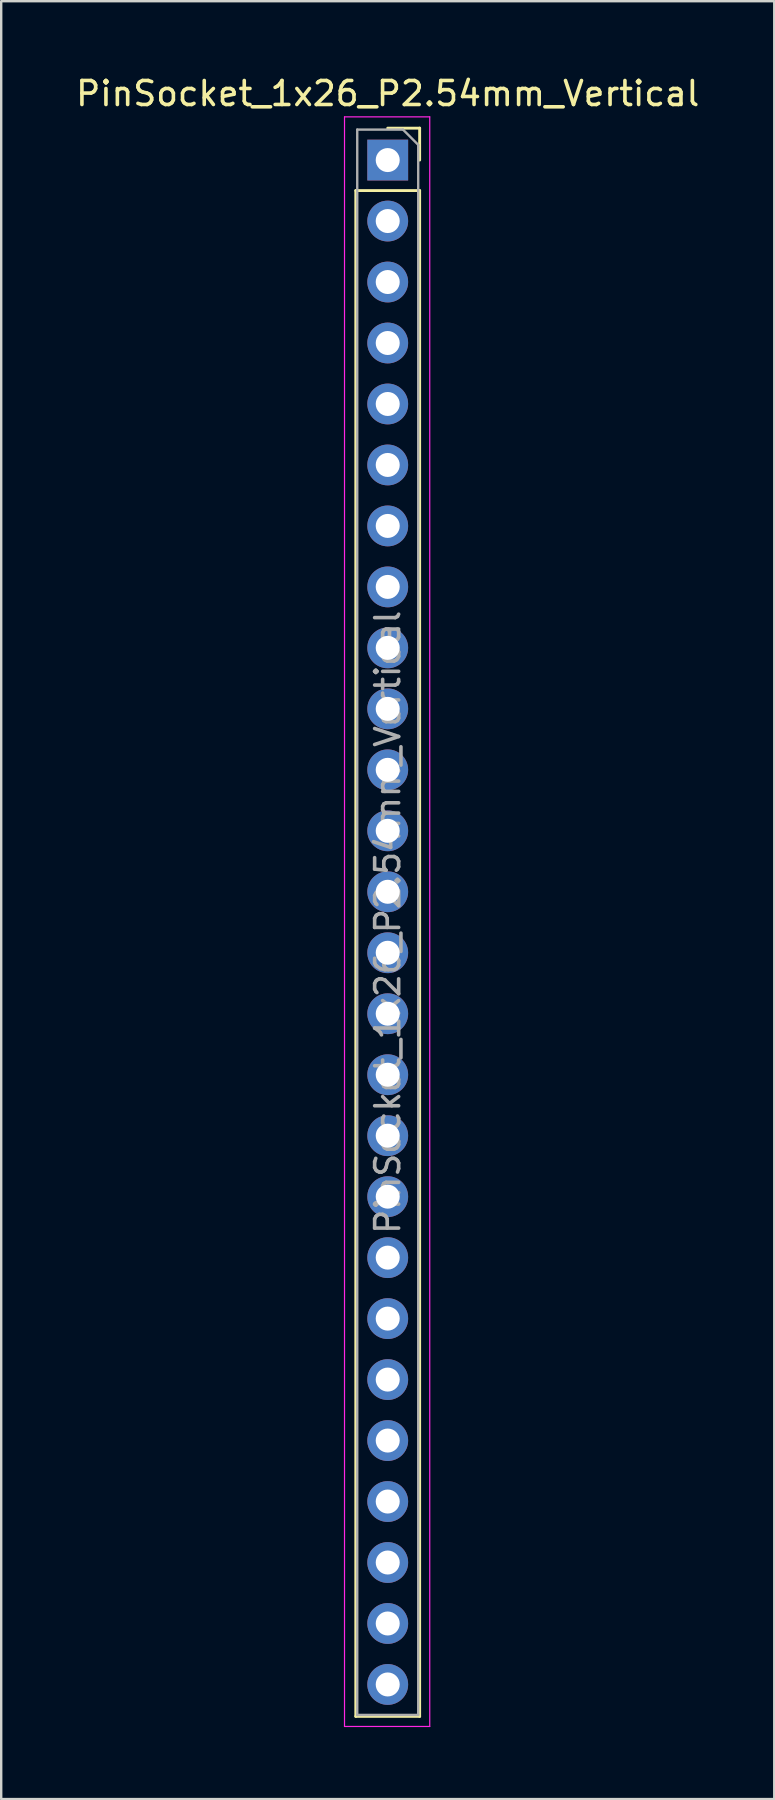
<source format=kicad_pcb>
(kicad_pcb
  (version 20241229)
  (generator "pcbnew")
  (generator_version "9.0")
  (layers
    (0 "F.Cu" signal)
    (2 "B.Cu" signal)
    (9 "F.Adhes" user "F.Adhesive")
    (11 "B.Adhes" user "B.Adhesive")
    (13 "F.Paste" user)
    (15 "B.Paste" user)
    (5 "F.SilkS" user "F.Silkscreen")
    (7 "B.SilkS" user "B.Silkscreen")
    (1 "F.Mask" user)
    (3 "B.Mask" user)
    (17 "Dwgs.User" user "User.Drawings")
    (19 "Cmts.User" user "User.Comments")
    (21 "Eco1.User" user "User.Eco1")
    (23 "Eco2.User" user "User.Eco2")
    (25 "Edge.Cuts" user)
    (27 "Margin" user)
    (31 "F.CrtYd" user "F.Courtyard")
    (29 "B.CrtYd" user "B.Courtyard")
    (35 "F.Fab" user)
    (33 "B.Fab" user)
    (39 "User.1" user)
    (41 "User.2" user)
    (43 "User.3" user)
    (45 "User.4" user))
  (footprint "PinSocket_1x26_P2.54mm_Vertical"
    (layer "F.Cu")
    (at 13.101 3.618)
    (property "Reference" "PinSocket_1x26_P2.54mm_Vertical" (at 0 -2.77 0) (layer "F.SilkS") (effects (font (size 1 1) (thickness 0.15))))
    (attr through_hole)
    (fp_line (start -1.33 1.27) (end -1.33 64.83) (stroke (width 0.12) (type solid)) (layer "F.SilkS"))
    (fp_line (start -1.33 1.27) (end 1.33 1.27) (stroke (width 0.12) (type solid)) (layer "F.SilkS"))
    (fp_line (start -1.33 64.83) (end 1.33 64.83) (stroke (width 0.12) (type solid)) (layer "F.SilkS"))
    (fp_line (start 0 -1.33) (end 1.33 -1.33) (stroke (width 0.12) (type solid)) (layer "F.SilkS"))
    (fp_line (start 1.33 -1.33) (end 1.33 0) (stroke (width 0.12) (type solid)) (layer "F.SilkS"))
    (fp_line (start 1.33 1.27) (end 1.33 64.83) (stroke (width 0.12) (type solid)) (layer "F.SilkS"))
    (fp_line (start -1.8 -1.8) (end 1.75 -1.8) (stroke (width 0.05) (type solid)) (layer "F.CrtYd"))
    (fp_line (start -1.8 65.25) (end -1.8 -1.8) (stroke (width 0.05) (type solid)) (layer "F.CrtYd"))
    (fp_line (start 1.75 -1.8) (end 1.75 65.25) (stroke (width 0.05) (type solid)) (layer "F.CrtYd"))
    (fp_line (start 1.75 65.25) (end -1.8 65.25) (stroke (width 0.05) (type solid)) (layer "F.CrtYd"))
    (fp_line (start -1.27 -1.27) (end 0.635 -1.27) (stroke (width 0.1) (type solid)) (layer "F.Fab"))
    (fp_line (start -1.27 64.77) (end -1.27 -1.27) (stroke (width 0.1) (type solid)) (layer "F.Fab"))
    (fp_line (start 0.635 -1.27) (end 1.27 -0.635) (stroke (width 0.1) (type solid)) (layer "F.Fab"))
    (fp_line (start 1.27 -0.635) (end 1.27 64.77) (stroke (width 0.1) (type solid)) (layer "F.Fab"))
    (fp_line (start 1.27 64.77) (end -1.27 64.77) (stroke (width 0.1) (type solid)) (layer "F.Fab"))
    (fp_text user "${REFERENCE}" (at 0 31.75 90) (layer "F.Fab") (effects (font (size 1 1) (thickness 0.15))))
    (pad "1" thru_hole rect (at 0 0) (size 1.7 1.7) (drill 1) (layers "*.Cu" "*.Mask"))
    (pad "2" thru_hole oval (at 0 2.54) (size 1.7 1.7) (drill 1) (layers "*.Cu" "*.Mask"))
    (pad "3" thru_hole oval (at 0 5.08) (size 1.7 1.7) (drill 1) (layers "*.Cu" "*.Mask"))
    (pad "4" thru_hole oval (at 0 7.62) (size 1.7 1.7) (drill 1) (layers "*.Cu" "*.Mask"))
    (pad "5" thru_hole oval (at 0 10.16) (size 1.7 1.7) (drill 1) (layers "*.Cu" "*.Mask"))
    (pad "6" thru_hole oval (at 0 12.7) (size 1.7 1.7) (drill 1) (layers "*.Cu" "*.Mask"))
    (pad "7" thru_hole oval (at 0 15.24) (size 1.7 1.7) (drill 1) (layers "*.Cu" "*.Mask"))
    (pad "8" thru_hole oval (at 0 17.78) (size 1.7 1.7) (drill 1) (layers "*.Cu" "*.Mask"))
    (pad "9" thru_hole oval (at 0 20.32) (size 1.7 1.7) (drill 1) (layers "*.Cu" "*.Mask"))
    (pad "10" thru_hole oval (at 0 22.86) (size 1.7 1.7) (drill 1) (layers "*.Cu" "*.Mask"))
    (pad "11" thru_hole oval (at 0 25.4) (size 1.7 1.7) (drill 1) (layers "*.Cu" "*.Mask"))
    (pad "12" thru_hole oval (at 0 27.94) (size 1.7 1.7) (drill 1) (layers "*.Cu" "*.Mask"))
    (pad "13" thru_hole oval (at 0 30.48) (size 1.7 1.7) (drill 1) (layers "*.Cu" "*.Mask"))
    (pad "14" thru_hole oval (at 0 33.02) (size 1.7 1.7) (drill 1) (layers "*.Cu" "*.Mask"))
    (pad "15" thru_hole oval (at 0 35.56) (size 1.7 1.7) (drill 1) (layers "*.Cu" "*.Mask"))
    (pad "16" thru_hole oval (at 0 38.1) (size 1.7 1.7) (drill 1) (layers "*.Cu" "*.Mask"))
    (pad "17" thru_hole oval (at 0 40.64) (size 1.7 1.7) (drill 1) (layers "*.Cu" "*.Mask"))
    (pad "18" thru_hole oval (at 0 43.18) (size 1.7 1.7) (drill 1) (layers "*.Cu" "*.Mask"))
    (pad "19" thru_hole oval (at 0 45.72) (size 1.7 1.7) (drill 1) (layers "*.Cu" "*.Mask"))
    (pad "20" thru_hole oval (at 0 48.26) (size 1.7 1.7) (drill 1) (layers "*.Cu" "*.Mask"))
    (pad "21" thru_hole oval (at 0 50.8) (size 1.7 1.7) (drill 1) (layers "*.Cu" "*.Mask"))
    (pad "22" thru_hole oval (at 0 53.34) (size 1.7 1.7) (drill 1) (layers "*.Cu" "*.Mask"))
    (pad "23" thru_hole oval (at 0 55.88) (size 1.7 1.7) (drill 1) (layers "*.Cu" "*.Mask"))
    (pad "24" thru_hole oval (at 0 58.42) (size 1.7 1.7) (drill 1) (layers "*.Cu" "*.Mask"))
    (pad "25" thru_hole oval (at 0 60.96) (size 1.7 1.7) (drill 1) (layers "*.Cu" "*.Mask"))
    (pad "26" thru_hole oval (at 0 63.5) (size 1.7 1.7) (drill 1) (layers "*.Cu" "*.Mask")))
  (gr_rect
    (start -3 -3)
    (end 29.202 71.893)
    (stroke (width 0.1) (type default))
    (fill no)
    (layer "Edge.Cuts")))
</source>
